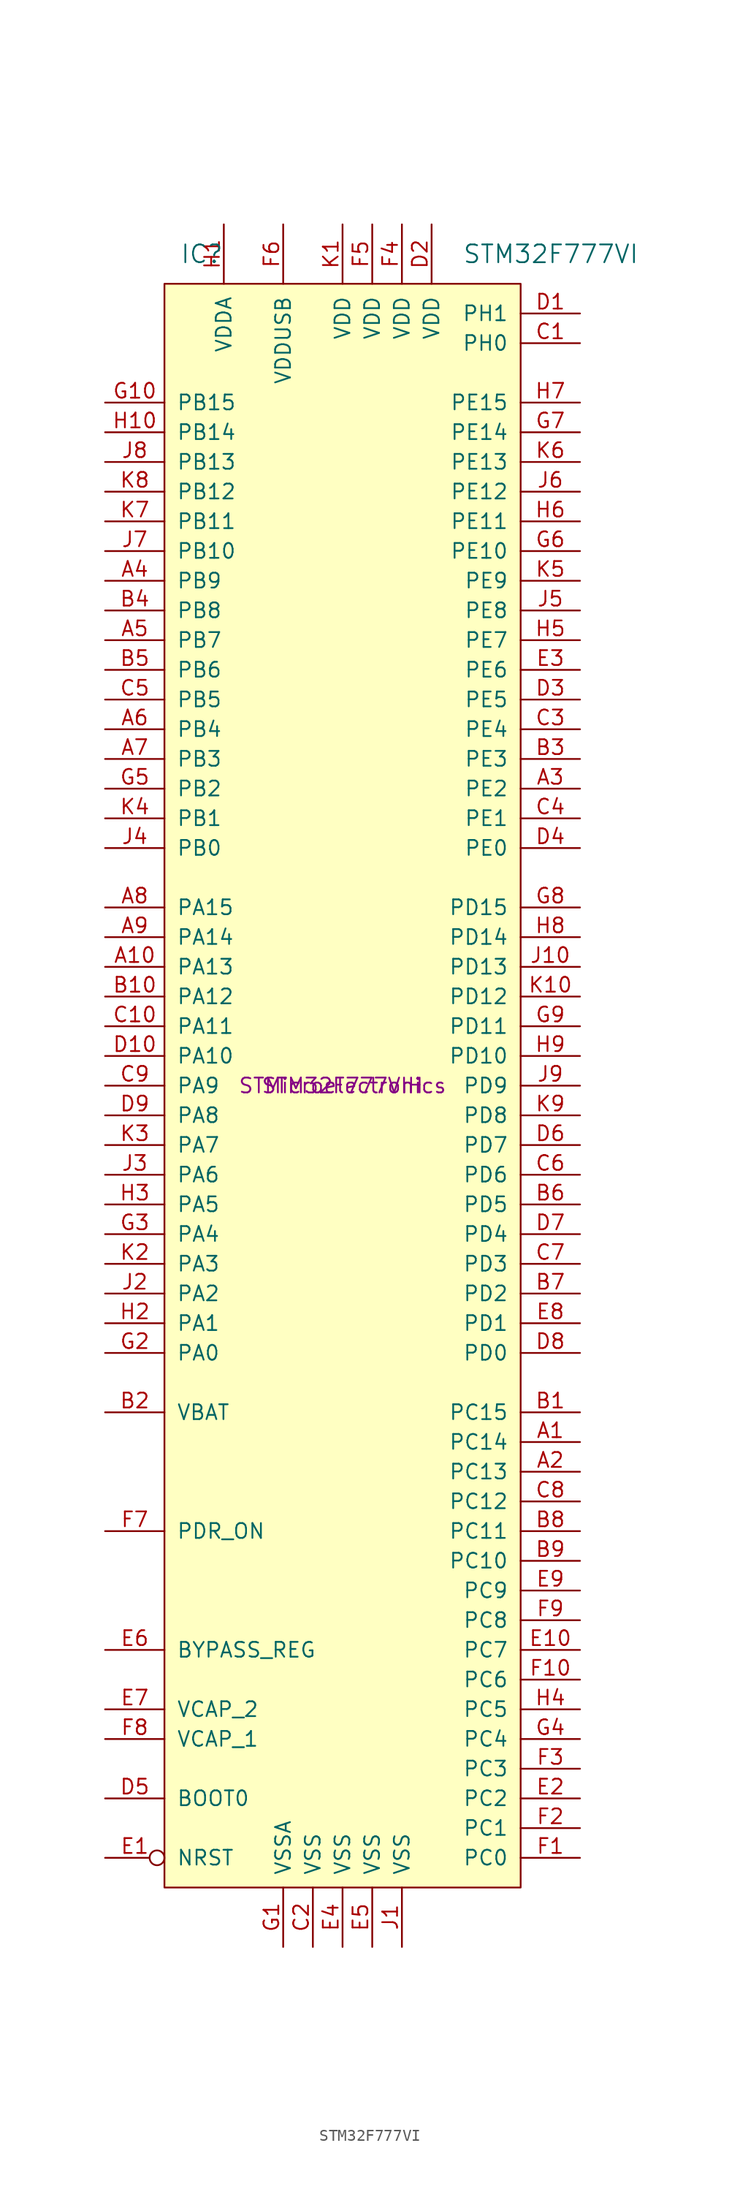
<source format=kicad_sym>
(kicad_symbol_lib
  (version 20220914)
  (generator kicad_symbol_editor)
  (symbol "STM32F777VI"
    (pin_names
      (offset 1.016))
    (property "Reference" "IC"
      (at -10.16 71.12 0)
      (effects (font (size 1.524 1.524)) (justify right)))
    (property "Value" "STM32F777VI"
      (at 25.4 71.12 0)
      (effects (font (size 1.524 1.524)) (justify right)))
    (property "MFR" "STMicroelectronics"
      (at 0 0 0)
      (effects (font (size 1.27 1.27))))
    (property "MFR REF" "STM32F777VIH"
      (at 0 0 0)
      (effects (font (size 1.27 1.27))))
    (symbol "STM32F777VI_1_1"
      (rectangle (start -15.24 68.58) (end 15.24 -68.58) (stroke (width 0.152) (type default)) (fill (type background)))
      (pin bidirectional line (at 20.32 -30.48 180) (length 5.08) (name "PC14" (effects (font (size 1.27 1.27)))) (number "A1" (effects (font (size 1.27 1.27)))))
      (pin bidirectional line (at -20.32 10.16 0) (length 5.08) (name "PA13" (effects (font (size 1.27 1.27)))) (number "A10" (effects (font (size 1.27 1.27)))))
      (pin bidirectional line (at 20.32 -33.02 180) (length 5.08) (name "PC13" (effects (font (size 1.27 1.27)))) (number "A2" (effects (font (size 1.27 1.27)))))
      (pin bidirectional line (at 20.32 25.4 180) (length 5.08) (name "PE2" (effects (font (size 1.27 1.27)))) (number "A3" (effects (font (size 1.27 1.27)))))
      (pin bidirectional line (at -20.32 43.18 0) (length 5.08) (name "PB9" (effects (font (size 1.27 1.27)))) (number "A4" (effects (font (size 1.27 1.27)))))
      (pin bidirectional line (at -20.32 38.1 0) (length 5.08) (name "PB7" (effects (font (size 1.27 1.27)))) (number "A5" (effects (font (size 1.27 1.27)))))
      (pin bidirectional line (at -20.32 30.48 0) (length 5.08) (name "PB4" (effects (font (size 1.27 1.27)))) (number "A6" (effects (font (size 1.27 1.27)))))
      (pin bidirectional line (at -20.32 27.94 0) (length 5.08) (name "PB3" (effects (font (size 1.27 1.27)))) (number "A7" (effects (font (size 1.27 1.27)))))
      (pin bidirectional line (at -20.32 15.24 0) (length 5.08) (name "PA15" (effects (font (size 1.27 1.27)))) (number "A8" (effects (font (size 1.27 1.27)))))
      (pin bidirectional line (at -20.32 12.7 0) (length 5.08) (name "PA14" (effects (font (size 1.27 1.27)))) (number "A9" (effects (font (size 1.27 1.27)))))
      (pin bidirectional line (at 20.32 -27.94 180) (length 5.08) (name "PC15" (effects (font (size 1.27 1.27)))) (number "B1" (effects (font (size 1.27 1.27)))))
      (pin bidirectional line (at -20.32 7.62 0) (length 5.08) (name "PA12" (effects (font (size 1.27 1.27)))) (number "B10" (effects (font (size 1.27 1.27)))))
      (pin power_in line (at -20.32 -27.94 0) (length 5.08) (name "VBAT" (effects (font (size 1.27 1.27)))) (number "B2" (effects (font (size 1.27 1.27)))))
      (pin bidirectional line (at 20.32 27.94 180) (length 5.08) (name "PE3" (effects (font (size 1.27 1.27)))) (number "B3" (effects (font (size 1.27 1.27)))))
      (pin bidirectional line (at -20.32 40.64 0) (length 5.08) (name "PB8" (effects (font (size 1.27 1.27)))) (number "B4" (effects (font (size 1.27 1.27)))))
      (pin bidirectional line (at -20.32 35.56 0) (length 5.08) (name "PB6" (effects (font (size 1.27 1.27)))) (number "B5" (effects (font (size 1.27 1.27)))))
      (pin bidirectional line (at 20.32 -10.16 180) (length 5.08) (name "PD5" (effects (font (size 1.27 1.27)))) (number "B6" (effects (font (size 1.27 1.27)))))
      (pin bidirectional line (at 20.32 -17.78 180) (length 5.08) (name "PD2" (effects (font (size 1.27 1.27)))) (number "B7" (effects (font (size 1.27 1.27)))))
      (pin bidirectional line (at 20.32 -38.1 180) (length 5.08) (name "PC11" (effects (font (size 1.27 1.27)))) (number "B8" (effects (font (size 1.27 1.27)))))
      (pin bidirectional line (at 20.32 -40.64 180) (length 5.08) (name "PC10" (effects (font (size 1.27 1.27)))) (number "B9" (effects (font (size 1.27 1.27)))))
      (pin bidirectional line (at 20.32 63.5 180) (length 5.08) (name "PH0" (effects (font (size 1.27 1.27)))) (number "C1" (effects (font (size 1.27 1.27)))))
      (pin bidirectional line (at -20.32 5.08 0) (length 5.08) (name "PA11" (effects (font (size 1.27 1.27)))) (number "C10" (effects (font (size 1.27 1.27)))))
      (pin power_in line (at -2.54 -73.66 90) (length 5.08) (name "VSS" (effects (font (size 1.27 1.27)))) (number "C2" (effects (font (size 1.27 1.27)))))
      (pin bidirectional line (at 20.32 30.48 180) (length 5.08) (name "PE4" (effects (font (size 1.27 1.27)))) (number "C3" (effects (font (size 1.27 1.27)))))
      (pin bidirectional line (at 20.32 22.86 180) (length 5.08) (name "PE1" (effects (font (size 1.27 1.27)))) (number "C4" (effects (font (size 1.27 1.27)))))
      (pin bidirectional line (at -20.32 33.02 0) (length 5.08) (name "PB5" (effects (font (size 1.27 1.27)))) (number "C5" (effects (font (size 1.27 1.27)))))
      (pin bidirectional line (at 20.32 -7.62 180) (length 5.08) (name "PD6" (effects (font (size 1.27 1.27)))) (number "C6" (effects (font (size 1.27 1.27)))))
      (pin bidirectional line (at 20.32 -15.24 180) (length 5.08) (name "PD3" (effects (font (size 1.27 1.27)))) (number "C7" (effects (font (size 1.27 1.27)))))
      (pin bidirectional line (at 20.32 -35.56 180) (length 5.08) (name "PC12" (effects (font (size 1.27 1.27)))) (number "C8" (effects (font (size 1.27 1.27)))))
      (pin bidirectional line (at -20.32 0 0) (length 5.08) (name "PA9" (effects (font (size 1.27 1.27)))) (number "C9" (effects (font (size 1.27 1.27)))))
      (pin bidirectional line (at 20.32 66.04 180) (length 5.08) (name "PH1" (effects (font (size 1.27 1.27)))) (number "D1" (effects (font (size 1.27 1.27)))))
      (pin bidirectional line (at -20.32 2.54 0) (length 5.08) (name "PA10" (effects (font (size 1.27 1.27)))) (number "D10" (effects (font (size 1.27 1.27)))))
      (pin power_in line (at 7.62 73.66 270) (length 5.08) (name "VDD" (effects (font (size 1.27 1.27)))) (number "D2" (effects (font (size 1.27 1.27)))))
      (pin bidirectional line (at 20.32 33.02 180) (length 5.08) (name "PE5" (effects (font (size 1.27 1.27)))) (number "D3" (effects (font (size 1.27 1.27)))))
      (pin bidirectional line (at 20.32 20.32 180) (length 5.08) (name "PE0" (effects (font (size 1.27 1.27)))) (number "D4" (effects (font (size 1.27 1.27)))))
      (pin input line (at -20.32 -60.96 0) (length 5.08) (name "BOOT0" (effects (font (size 1.27 1.27)))) (number "D5" (effects (font (size 1.27 1.27)))))
      (pin bidirectional line (at 20.32 -5.08 180) (length 5.08) (name "PD7" (effects (font (size 1.27 1.27)))) (number "D6" (effects (font (size 1.27 1.27)))))
      (pin bidirectional line (at 20.32 -12.7 180) (length 5.08) (name "PD4" (effects (font (size 1.27 1.27)))) (number "D7" (effects (font (size 1.27 1.27)))))
      (pin bidirectional line (at 20.32 -22.86 180) (length 5.08) (name "PD0" (effects (font (size 1.27 1.27)))) (number "D8" (effects (font (size 1.27 1.27)))))
      (pin bidirectional line (at -20.32 -2.54 0) (length 5.08) (name "PA8" (effects (font (size 1.27 1.27)))) (number "D9" (effects (font (size 1.27 1.27)))))
      (pin bidirectional inverted (at -20.32 -66.04 0) (length 5.08) (name "NRST" (effects (font (size 1.27 1.27)))) (number "E1" (effects (font (size 1.27 1.27)))))
      (pin bidirectional line (at 20.32 -48.26 180) (length 5.08) (name "PC7" (effects (font (size 1.27 1.27)))) (number "E10" (effects (font (size 1.27 1.27)))))
      (pin bidirectional line (at 20.32 -60.96 180) (length 5.08) (name "PC2" (effects (font (size 1.27 1.27)))) (number "E2" (effects (font (size 1.27 1.27)))))
      (pin bidirectional line (at 20.32 35.56 180) (length 5.08) (name "PE6" (effects (font (size 1.27 1.27)))) (number "E3" (effects (font (size 1.27 1.27)))))
      (pin power_in line (at 0 -73.66 90) (length 5.08) (name "VSS" (effects (font (size 1.27 1.27)))) (number "E4" (effects (font (size 1.27 1.27)))))
      (pin power_in line (at 2.54 -73.66 90) (length 5.08) (name "VSS" (effects (font (size 1.27 1.27)))) (number "E5" (effects (font (size 1.27 1.27)))))
      (pin input line (at -20.32 -48.26 0) (length 5.08) (name "BYPASS_REG" (effects (font (size 1.27 1.27)))) (number "E6" (effects (font (size 1.27 1.27)))))
      (pin power_in line (at -20.32 -53.34 0) (length 5.08) (name "VCAP_2" (effects (font (size 1.27 1.27)))) (number "E7" (effects (font (size 1.27 1.27)))))
      (pin bidirectional line (at 20.32 -20.32 180) (length 5.08) (name "PD1" (effects (font (size 1.27 1.27)))) (number "E8" (effects (font (size 1.27 1.27)))))
      (pin bidirectional line (at 20.32 -43.18 180) (length 5.08) (name "PC9" (effects (font (size 1.27 1.27)))) (number "E9" (effects (font (size 1.27 1.27)))))
      (pin bidirectional line (at 20.32 -66.04 180) (length 5.08) (name "PC0" (effects (font (size 1.27 1.27)))) (number "F1" (effects (font (size 1.27 1.27)))))
      (pin bidirectional line (at 20.32 -50.8 180) (length 5.08) (name "PC6" (effects (font (size 1.27 1.27)))) (number "F10" (effects (font (size 1.27 1.27)))))
      (pin bidirectional line (at 20.32 -63.5 180) (length 5.08) (name "PC1" (effects (font (size 1.27 1.27)))) (number "F2" (effects (font (size 1.27 1.27)))))
      (pin bidirectional line (at 20.32 -58.42 180) (length 5.08) (name "PC3" (effects (font (size 1.27 1.27)))) (number "F3" (effects (font (size 1.27 1.27)))))
      (pin power_in line (at 5.08 73.66 270) (length 5.08) (name "VDD" (effects (font (size 1.27 1.27)))) (number "F4" (effects (font (size 1.27 1.27)))))
      (pin power_in line (at 2.54 73.66 270) (length 5.08) (name "VDD" (effects (font (size 1.27 1.27)))) (number "F5" (effects (font (size 1.27 1.27)))))
      (pin power_in line (at -5.08 73.66 270) (length 5.08) (name "VDDUSB" (effects (font (size 1.27 1.27)))) (number "F6" (effects (font (size 1.27 1.27)))))
      (pin power_in line (at -20.32 -38.1 0) (length 5.08) (name "PDR_ON" (effects (font (size 1.27 1.27)))) (number "F7" (effects (font (size 1.27 1.27)))))
      (pin power_in line (at -20.32 -55.88 0) (length 5.08) (name "VCAP_1" (effects (font (size 1.27 1.27)))) (number "F8" (effects (font (size 1.27 1.27)))))
      (pin bidirectional line (at 20.32 -45.72 180) (length 5.08) (name "PC8" (effects (font (size 1.27 1.27)))) (number "F9" (effects (font (size 1.27 1.27)))))
      (pin power_in line (at -5.08 -73.66 90) (length 5.08) (name "VSSA" (effects (font (size 1.27 1.27)))) (number "G1" (effects (font (size 1.27 1.27)))))
      (pin bidirectional line (at -20.32 58.42 0) (length 5.08) (name "PB15" (effects (font (size 1.27 1.27)))) (number "G10" (effects (font (size 1.27 1.27)))))
      (pin bidirectional line (at -20.32 -22.86 0) (length 5.08) (name "PA0" (effects (font (size 1.27 1.27)))) (number "G2" (effects (font (size 1.27 1.27)))))
      (pin bidirectional line (at -20.32 -12.7 0) (length 5.08) (name "PA4" (effects (font (size 1.27 1.27)))) (number "G3" (effects (font (size 1.27 1.27)))))
      (pin bidirectional line (at 20.32 -55.88 180) (length 5.08) (name "PC4" (effects (font (size 1.27 1.27)))) (number "G4" (effects (font (size 1.27 1.27)))))
      (pin bidirectional line (at -20.32 25.4 0) (length 5.08) (name "PB2" (effects (font (size 1.27 1.27)))) (number "G5" (effects (font (size 1.27 1.27)))))
      (pin bidirectional line (at 20.32 45.72 180) (length 5.08) (name "PE10" (effects (font (size 1.27 1.27)))) (number "G6" (effects (font (size 1.27 1.27)))))
      (pin bidirectional line (at 20.32 55.88 180) (length 5.08) (name "PE14" (effects (font (size 1.27 1.27)))) (number "G7" (effects (font (size 1.27 1.27)))))
      (pin bidirectional line (at 20.32 15.24 180) (length 5.08) (name "PD15" (effects (font (size 1.27 1.27)))) (number "G8" (effects (font (size 1.27 1.27)))))
      (pin bidirectional line (at 20.32 5.08 180) (length 5.08) (name "PD11" (effects (font (size 1.27 1.27)))) (number "G9" (effects (font (size 1.27 1.27)))))
      (pin power_in line (at -10.16 73.66 270) (length 5.08) (name "VDDA" (effects (font (size 1.27 1.27)))) (number "H1" (effects (font (size 1.27 1.27)))))
      (pin bidirectional line (at -20.32 55.88 0) (length 5.08) (name "PB14" (effects (font (size 1.27 1.27)))) (number "H10" (effects (font (size 1.27 1.27)))))
      (pin bidirectional line (at -20.32 -20.32 0) (length 5.08) (name "PA1" (effects (font (size 1.27 1.27)))) (number "H2" (effects (font (size 1.27 1.27)))))
      (pin bidirectional line (at -20.32 -10.16 0) (length 5.08) (name "PA5" (effects (font (size 1.27 1.27)))) (number "H3" (effects (font (size 1.27 1.27)))))
      (pin bidirectional line (at 20.32 -53.34 180) (length 5.08) (name "PC5" (effects (font (size 1.27 1.27)))) (number "H4" (effects (font (size 1.27 1.27)))))
      (pin bidirectional line (at 20.32 38.1 180) (length 5.08) (name "PE7" (effects (font (size 1.27 1.27)))) (number "H5" (effects (font (size 1.27 1.27)))))
      (pin bidirectional line (at 20.32 48.26 180) (length 5.08) (name "PE11" (effects (font (size 1.27 1.27)))) (number "H6" (effects (font (size 1.27 1.27)))))
      (pin bidirectional line (at 20.32 58.42 180) (length 5.08) (name "PE15" (effects (font (size 1.27 1.27)))) (number "H7" (effects (font (size 1.27 1.27)))))
      (pin bidirectional line (at 20.32 12.7 180) (length 5.08) (name "PD14" (effects (font (size 1.27 1.27)))) (number "H8" (effects (font (size 1.27 1.27)))))
      (pin bidirectional line (at 20.32 2.54 180) (length 5.08) (name "PD10" (effects (font (size 1.27 1.27)))) (number "H9" (effects (font (size 1.27 1.27)))))
      (pin power_in line (at 5.08 -73.66 90) (length 5.08) (name "VSS" (effects (font (size 1.27 1.27)))) (number "J1" (effects (font (size 1.27 1.27)))))
      (pin bidirectional line (at 20.32 10.16 180) (length 5.08) (name "PD13" (effects (font (size 1.27 1.27)))) (number "J10" (effects (font (size 1.27 1.27)))))
      (pin bidirectional line (at -20.32 -17.78 0) (length 5.08) (name "PA2" (effects (font (size 1.27 1.27)))) (number "J2" (effects (font (size 1.27 1.27)))))
      (pin bidirectional line (at -20.32 -7.62 0) (length 5.08) (name "PA6" (effects (font (size 1.27 1.27)))) (number "J3" (effects (font (size 1.27 1.27)))))
      (pin bidirectional line (at -20.32 20.32 0) (length 5.08) (name "PB0" (effects (font (size 1.27 1.27)))) (number "J4" (effects (font (size 1.27 1.27)))))
      (pin bidirectional line (at 20.32 40.64 180) (length 5.08) (name "PE8" (effects (font (size 1.27 1.27)))) (number "J5" (effects (font (size 1.27 1.27)))))
      (pin bidirectional line (at 20.32 50.8 180) (length 5.08) (name "PE12" (effects (font (size 1.27 1.27)))) (number "J6" (effects (font (size 1.27 1.27)))))
      (pin bidirectional line (at -20.32 45.72 0) (length 5.08) (name "PB10" (effects (font (size 1.27 1.27)))) (number "J7" (effects (font (size 1.27 1.27)))))
      (pin bidirectional line (at -20.32 53.34 0) (length 5.08) (name "PB13" (effects (font (size 1.27 1.27)))) (number "J8" (effects (font (size 1.27 1.27)))))
      (pin bidirectional line (at 20.32 0 180) (length 5.08) (name "PD9" (effects (font (size 1.27 1.27)))) (number "J9" (effects (font (size 1.27 1.27)))))
      (pin power_in line (at 0 73.66 270) (length 5.08) (name "VDD" (effects (font (size 1.27 1.27)))) (number "K1" (effects (font (size 1.27 1.27)))))
      (pin bidirectional line (at 20.32 7.62 180) (length 5.08) (name "PD12" (effects (font (size 1.27 1.27)))) (number "K10" (effects (font (size 1.27 1.27)))))
      (pin bidirectional line (at -20.32 -15.24 0) (length 5.08) (name "PA3" (effects (font (size 1.27 1.27)))) (number "K2" (effects (font (size 1.27 1.27)))))
      (pin bidirectional line (at -20.32 -5.08 0) (length 5.08) (name "PA7" (effects (font (size 1.27 1.27)))) (number "K3" (effects (font (size 1.27 1.27)))))
      (pin bidirectional line (at -20.32 22.86 0) (length 5.08) (name "PB1" (effects (font (size 1.27 1.27)))) (number "K4" (effects (font (size 1.27 1.27)))))
      (pin bidirectional line (at 20.32 43.18 180) (length 5.08) (name "PE9" (effects (font (size 1.27 1.27)))) (number "K5" (effects (font (size 1.27 1.27)))))
      (pin bidirectional line (at 20.32 53.34 180) (length 5.08) (name "PE13" (effects (font (size 1.27 1.27)))) (number "K6" (effects (font (size 1.27 1.27)))))
      (pin bidirectional line (at -20.32 48.26 0) (length 5.08) (name "PB11" (effects (font (size 1.27 1.27)))) (number "K7" (effects (font (size 1.27 1.27)))))
      (pin bidirectional line (at -20.32 50.8 0) (length 5.08) (name "PB12" (effects (font (size 1.27 1.27)))) (number "K8" (effects (font (size 1.27 1.27)))))
      (pin bidirectional line (at 20.32 -2.54 180) (length 5.08) (name "PD8" (effects (font (size 1.27 1.27)))) (number "K9" (effects (font (size 1.27 1.27))))))))
</source>
